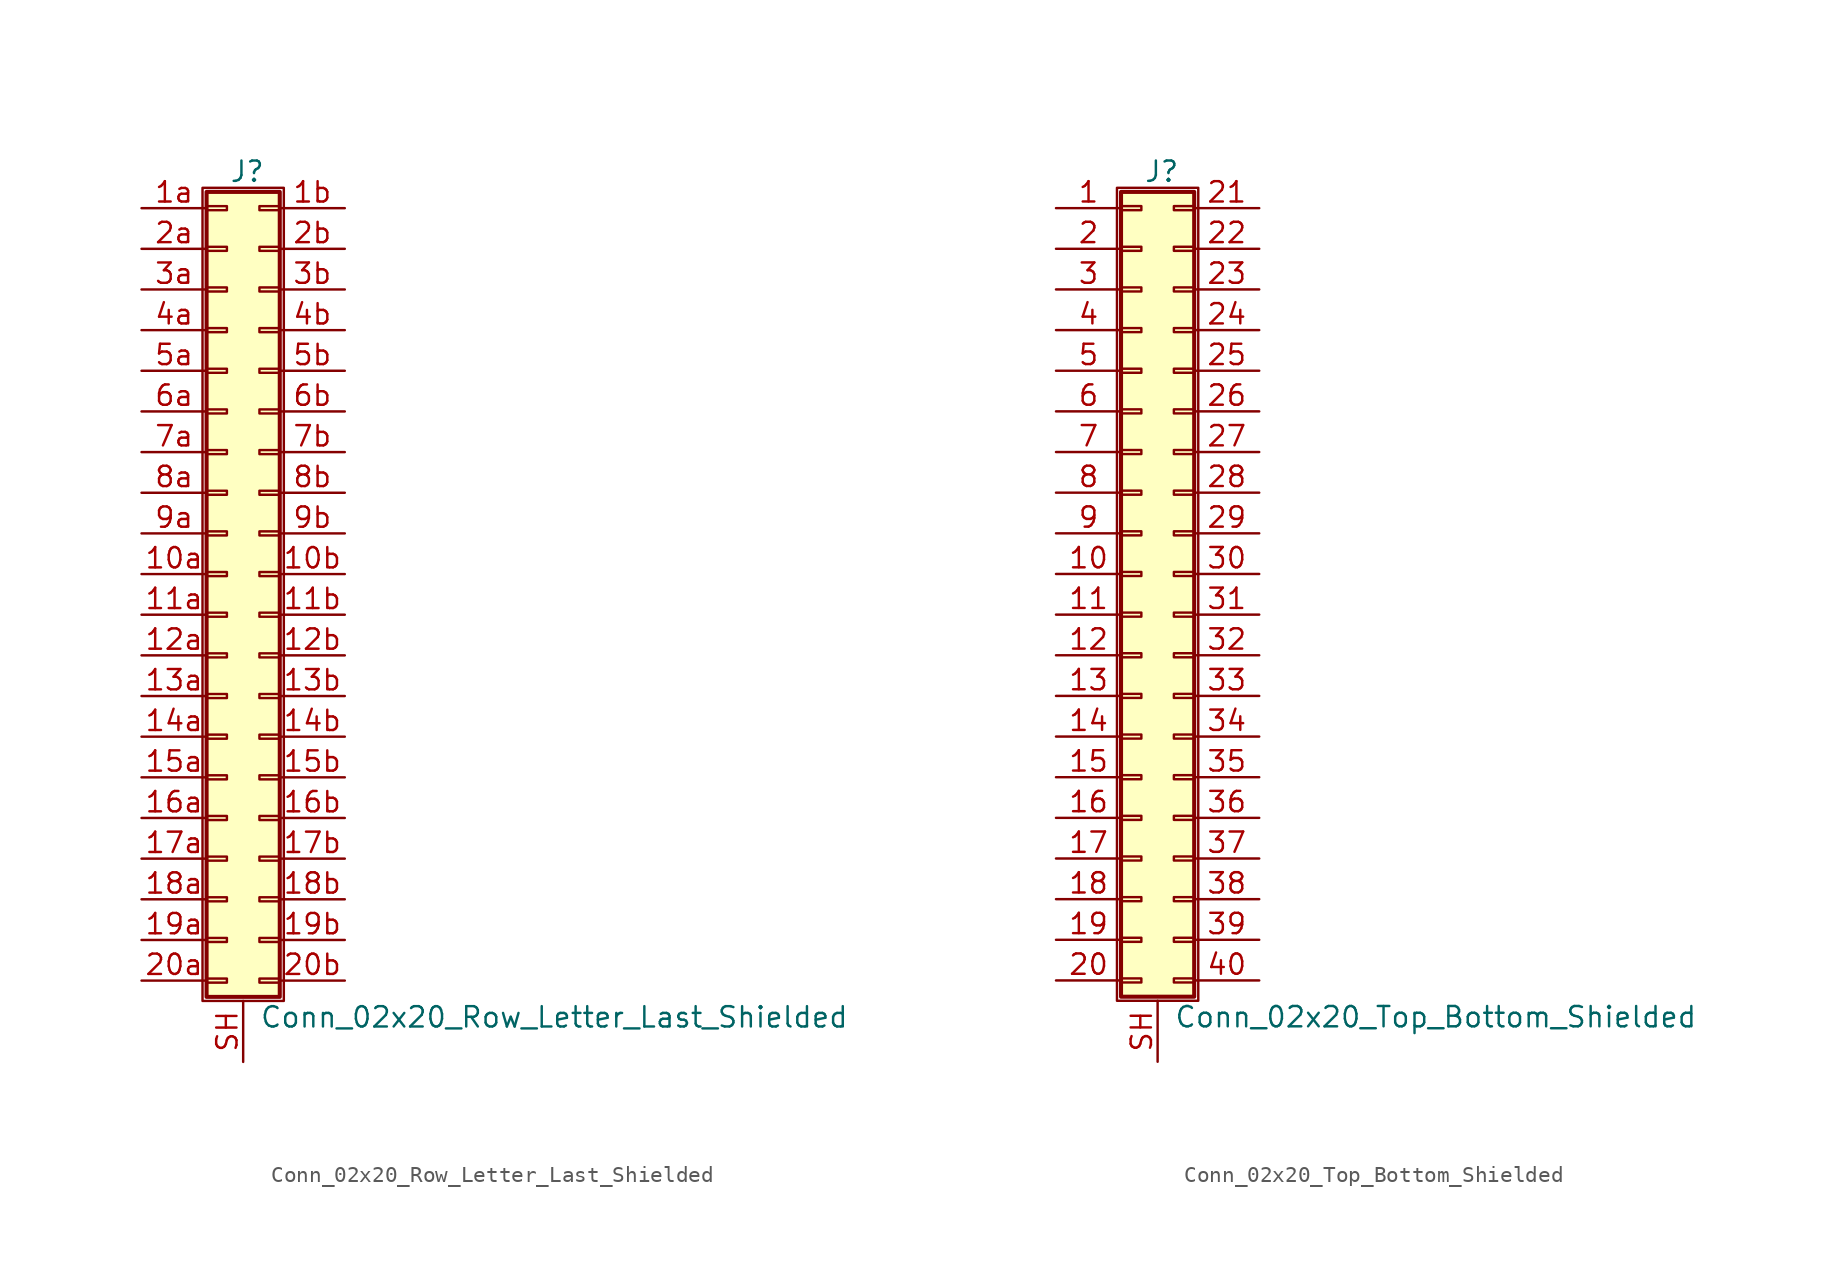
<source format=kicad_sym>
(kicad_symbol_lib
  (version 20220914)
  (generator kicad_symbol_editor)
  (symbol "Conn_02x20_Row_Letter_Last_Shielded"
    (pin_names
      (offset 1.016) hide)
    (property "Reference" "J"
      (at 1.524 25.146 0)
      (effects (font (size 1.27 1.27))))
    (property "Value" "Conn_02x20_Row_Letter_Last_Shielded"
      (at 2.286 -27.686 0)
      (effects (font (size 1.27 1.27)) (justify left)))
    (symbol "Conn_02x20_Row_Letter_Last_Shielded_1_1"
      (rectangle (start -1.27 24.13) (end 3.81 -26.67) (stroke (width 0.152) (type default)) (fill (type none)))
      (rectangle (start -1.016 -25.273) (end 0.254 -25.527) (stroke (width 0.152) (type default)) (fill (type none)))
      (rectangle (start -1.016 -22.733) (end 0.254 -22.987) (stroke (width 0.152) (type default)) (fill (type none)))
      (rectangle (start -1.016 -20.193) (end 0.254 -20.447) (stroke (width 0.152) (type default)) (fill (type none)))
      (rectangle (start -1.016 -17.653) (end 0.254 -17.907) (stroke (width 0.152) (type default)) (fill (type none)))
      (rectangle (start -1.016 -15.113) (end 0.254 -15.367) (stroke (width 0.152) (type default)) (fill (type none)))
      (rectangle (start -1.016 -12.573) (end 0.254 -12.827) (stroke (width 0.152) (type default)) (fill (type none)))
      (rectangle (start -1.016 -10.033) (end 0.254 -10.287) (stroke (width 0.152) (type default)) (fill (type none)))
      (rectangle (start -1.016 -7.493) (end 0.254 -7.747) (stroke (width 0.152) (type default)) (fill (type none)))
      (rectangle (start -1.016 -4.953) (end 0.254 -5.207) (stroke (width 0.152) (type default)) (fill (type none)))
      (rectangle (start -1.016 -2.413) (end 0.254 -2.667) (stroke (width 0.152) (type default)) (fill (type none)))
      (rectangle (start -1.016 0.127) (end 0.254 -0.127) (stroke (width 0.152) (type default)) (fill (type none)))
      (rectangle (start -1.016 2.667) (end 0.254 2.413) (stroke (width 0.152) (type default)) (fill (type none)))
      (rectangle (start -1.016 5.207) (end 0.254 4.953) (stroke (width 0.152) (type default)) (fill (type none)))
      (rectangle (start -1.016 7.747) (end 0.254 7.493) (stroke (width 0.152) (type default)) (fill (type none)))
      (rectangle (start -1.016 10.287) (end 0.254 10.033) (stroke (width 0.152) (type default)) (fill (type none)))
      (rectangle (start -1.016 12.827) (end 0.254 12.573) (stroke (width 0.152) (type default)) (fill (type none)))
      (rectangle (start -1.016 15.367) (end 0.254 15.113) (stroke (width 0.152) (type default)) (fill (type none)))
      (rectangle (start -1.016 17.907) (end 0.254 17.653) (stroke (width 0.152) (type default)) (fill (type none)))
      (rectangle (start -1.016 20.447) (end 0.254 20.193) (stroke (width 0.152) (type default)) (fill (type none)))
      (rectangle (start -1.016 22.987) (end 0.254 22.733) (stroke (width 0.152) (type default)) (fill (type none)))
      (rectangle (start -1.016 23.876) (end 3.556 -26.416) (stroke (width 0.254) (type default)) (fill (type background)))
      (rectangle (start 3.556 -25.273) (end 2.286 -25.527) (stroke (width 0.152) (type default)) (fill (type none)))
      (rectangle (start 3.556 -22.733) (end 2.286 -22.987) (stroke (width 0.152) (type default)) (fill (type none)))
      (rectangle (start 3.556 -20.193) (end 2.286 -20.447) (stroke (width 0.152) (type default)) (fill (type none)))
      (rectangle (start 3.556 -17.653) (end 2.286 -17.907) (stroke (width 0.152) (type default)) (fill (type none)))
      (rectangle (start 3.556 -15.113) (end 2.286 -15.367) (stroke (width 0.152) (type default)) (fill (type none)))
      (rectangle (start 3.556 -12.573) (end 2.286 -12.827) (stroke (width 0.152) (type default)) (fill (type none)))
      (rectangle (start 3.556 -10.033) (end 2.286 -10.287) (stroke (width 0.152) (type default)) (fill (type none)))
      (rectangle (start 3.556 -7.493) (end 2.286 -7.747) (stroke (width 0.152) (type default)) (fill (type none)))
      (rectangle (start 3.556 -4.953) (end 2.286 -5.207) (stroke (width 0.152) (type default)) (fill (type none)))
      (rectangle (start 3.556 -2.413) (end 2.286 -2.667) (stroke (width 0.152) (type default)) (fill (type none)))
      (rectangle (start 3.556 0.127) (end 2.286 -0.127) (stroke (width 0.152) (type default)) (fill (type none)))
      (rectangle (start 3.556 2.667) (end 2.286 2.413) (stroke (width 0.152) (type default)) (fill (type none)))
      (rectangle (start 3.556 5.207) (end 2.286 4.953) (stroke (width 0.152) (type default)) (fill (type none)))
      (rectangle (start 3.556 7.747) (end 2.286 7.493) (stroke (width 0.152) (type default)) (fill (type none)))
      (rectangle (start 3.556 10.287) (end 2.286 10.033) (stroke (width 0.152) (type default)) (fill (type none)))
      (rectangle (start 3.556 12.827) (end 2.286 12.573) (stroke (width 0.152) (type default)) (fill (type none)))
      (rectangle (start 3.556 15.367) (end 2.286 15.113) (stroke (width 0.152) (type default)) (fill (type none)))
      (rectangle (start 3.556 17.907) (end 2.286 17.653) (stroke (width 0.152) (type default)) (fill (type none)))
      (rectangle (start 3.556 20.447) (end 2.286 20.193) (stroke (width 0.152) (type default)) (fill (type none)))
      (rectangle (start 3.556 22.987) (end 2.286 22.733) (stroke (width 0.152) (type default)) (fill (type none)))
      (pin passive line (at -5.08 0 0) (length 4.064) (name "Pin_10a" (effects (font (size 1.27 1.27)))) (number "10a" (effects (font (size 1.27 1.27)))))
      (pin passive line (at 7.62 0 180) (length 4.064) (name "Pin_10b" (effects (font (size 1.27 1.27)))) (number "10b" (effects (font (size 1.27 1.27)))))
      (pin passive line (at -5.08 -2.54 0) (length 4.064) (name "Pin_11a" (effects (font (size 1.27 1.27)))) (number "11a" (effects (font (size 1.27 1.27)))))
      (pin passive line (at 7.62 -2.54 180) (length 4.064) (name "Pin_11b" (effects (font (size 1.27 1.27)))) (number "11b" (effects (font (size 1.27 1.27)))))
      (pin passive line (at -5.08 -5.08 0) (length 4.064) (name "Pin_12a" (effects (font (size 1.27 1.27)))) (number "12a" (effects (font (size 1.27 1.27)))))
      (pin passive line (at 7.62 -5.08 180) (length 4.064) (name "Pin_12b" (effects (font (size 1.27 1.27)))) (number "12b" (effects (font (size 1.27 1.27)))))
      (pin passive line (at -5.08 -7.62 0) (length 4.064) (name "Pin_13a" (effects (font (size 1.27 1.27)))) (number "13a" (effects (font (size 1.27 1.27)))))
      (pin passive line (at 7.62 -7.62 180) (length 4.064) (name "Pin_13b" (effects (font (size 1.27 1.27)))) (number "13b" (effects (font (size 1.27 1.27)))))
      (pin passive line (at -5.08 -10.16 0) (length 4.064) (name "Pin_14a" (effects (font (size 1.27 1.27)))) (number "14a" (effects (font (size 1.27 1.27)))))
      (pin passive line (at 7.62 -10.16 180) (length 4.064) (name "Pin_14b" (effects (font (size 1.27 1.27)))) (number "14b" (effects (font (size 1.27 1.27)))))
      (pin passive line (at -5.08 -12.7 0) (length 4.064) (name "Pin_15a" (effects (font (size 1.27 1.27)))) (number "15a" (effects (font (size 1.27 1.27)))))
      (pin passive line (at 7.62 -12.7 180) (length 4.064) (name "Pin_15b" (effects (font (size 1.27 1.27)))) (number "15b" (effects (font (size 1.27 1.27)))))
      (pin passive line (at -5.08 -15.24 0) (length 4.064) (name "Pin_16a" (effects (font (size 1.27 1.27)))) (number "16a" (effects (font (size 1.27 1.27)))))
      (pin passive line (at 7.62 -15.24 180) (length 4.064) (name "Pin_16b" (effects (font (size 1.27 1.27)))) (number "16b" (effects (font (size 1.27 1.27)))))
      (pin passive line (at -5.08 -17.78 0) (length 4.064) (name "Pin_17a" (effects (font (size 1.27 1.27)))) (number "17a" (effects (font (size 1.27 1.27)))))
      (pin passive line (at 7.62 -17.78 180) (length 4.064) (name "Pin_17b" (effects (font (size 1.27 1.27)))) (number "17b" (effects (font (size 1.27 1.27)))))
      (pin passive line (at -5.08 -20.32 0) (length 4.064) (name "Pin_18a" (effects (font (size 1.27 1.27)))) (number "18a" (effects (font (size 1.27 1.27)))))
      (pin passive line (at 7.62 -20.32 180) (length 4.064) (name "Pin_18b" (effects (font (size 1.27 1.27)))) (number "18b" (effects (font (size 1.27 1.27)))))
      (pin passive line (at -5.08 -22.86 0) (length 4.064) (name "Pin_19a" (effects (font (size 1.27 1.27)))) (number "19a" (effects (font (size 1.27 1.27)))))
      (pin passive line (at 7.62 -22.86 180) (length 4.064) (name "Pin_19b" (effects (font (size 1.27 1.27)))) (number "19b" (effects (font (size 1.27 1.27)))))
      (pin passive line (at -5.08 22.86 0) (length 4.064) (name "Pin_1a" (effects (font (size 1.27 1.27)))) (number "1a" (effects (font (size 1.27 1.27)))))
      (pin passive line (at 7.62 22.86 180) (length 4.064) (name "Pin_1b" (effects (font (size 1.27 1.27)))) (number "1b" (effects (font (size 1.27 1.27)))))
      (pin passive line (at -5.08 -25.4 0) (length 4.064) (name "Pin_20a" (effects (font (size 1.27 1.27)))) (number "20a" (effects (font (size 1.27 1.27)))))
      (pin passive line (at 7.62 -25.4 180) (length 4.064) (name "Pin_20b" (effects (font (size 1.27 1.27)))) (number "20b" (effects (font (size 1.27 1.27)))))
      (pin passive line (at -5.08 20.32 0) (length 4.064) (name "Pin_2a" (effects (font (size 1.27 1.27)))) (number "2a" (effects (font (size 1.27 1.27)))))
      (pin passive line (at 7.62 20.32 180) (length 4.064) (name "Pin_2b" (effects (font (size 1.27 1.27)))) (number "2b" (effects (font (size 1.27 1.27)))))
      (pin passive line (at -5.08 17.78 0) (length 4.064) (name "Pin_3a" (effects (font (size 1.27 1.27)))) (number "3a" (effects (font (size 1.27 1.27)))))
      (pin passive line (at 7.62 17.78 180) (length 4.064) (name "Pin_3b" (effects (font (size 1.27 1.27)))) (number "3b" (effects (font (size 1.27 1.27)))))
      (pin passive line (at -5.08 15.24 0) (length 4.064) (name "Pin_4a" (effects (font (size 1.27 1.27)))) (number "4a" (effects (font (size 1.27 1.27)))))
      (pin passive line (at 7.62 15.24 180) (length 4.064) (name "Pin_4b" (effects (font (size 1.27 1.27)))) (number "4b" (effects (font (size 1.27 1.27)))))
      (pin passive line (at -5.08 12.7 0) (length 4.064) (name "Pin_5a" (effects (font (size 1.27 1.27)))) (number "5a" (effects (font (size 1.27 1.27)))))
      (pin passive line (at 7.62 12.7 180) (length 4.064) (name "Pin_5b" (effects (font (size 1.27 1.27)))) (number "5b" (effects (font (size 1.27 1.27)))))
      (pin passive line (at -5.08 10.16 0) (length 4.064) (name "Pin_6a" (effects (font (size 1.27 1.27)))) (number "6a" (effects (font (size 1.27 1.27)))))
      (pin passive line (at 7.62 10.16 180) (length 4.064) (name "Pin_6b" (effects (font (size 1.27 1.27)))) (number "6b" (effects (font (size 1.27 1.27)))))
      (pin passive line (at -5.08 7.62 0) (length 4.064) (name "Pin_7a" (effects (font (size 1.27 1.27)))) (number "7a" (effects (font (size 1.27 1.27)))))
      (pin passive line (at 7.62 7.62 180) (length 4.064) (name "Pin_7b" (effects (font (size 1.27 1.27)))) (number "7b" (effects (font (size 1.27 1.27)))))
      (pin passive line (at -5.08 5.08 0) (length 4.064) (name "Pin_8a" (effects (font (size 1.27 1.27)))) (number "8a" (effects (font (size 1.27 1.27)))))
      (pin passive line (at 7.62 5.08 180) (length 4.064) (name "Pin_8b" (effects (font (size 1.27 1.27)))) (number "8b" (effects (font (size 1.27 1.27)))))
      (pin passive line (at -5.08 2.54 0) (length 4.064) (name "Pin_9a" (effects (font (size 1.27 1.27)))) (number "9a" (effects (font (size 1.27 1.27)))))
      (pin passive line (at 7.62 2.54 180) (length 4.064) (name "Pin_9b" (effects (font (size 1.27 1.27)))) (number "9b" (effects (font (size 1.27 1.27)))))
      (pin passive line (at 1.27 -30.48 90) (length 3.81) (name "Shield" (effects (font (size 1.27 1.27)))) (number "SH" (effects (font (size 1.27 1.27)))))))
  (symbol "Conn_02x20_Top_Bottom_Shielded"
    (pin_names
      (offset 1.016) hide)
    (property "Reference" "J"
      (at 1.524 25.146 0)
      (effects (font (size 1.27 1.27))))
    (property "Value" "Conn_02x20_Top_Bottom_Shielded"
      (at 2.286 -27.686 0)
      (effects (font (size 1.27 1.27)) (justify left)))
    (symbol "Conn_02x20_Top_Bottom_Shielded_1_1"
      (rectangle (start -1.27 24.13) (end 3.81 -26.67) (stroke (width 0.152) (type default)) (fill (type none)))
      (rectangle (start -1.016 -25.273) (end 0.254 -25.527) (stroke (width 0.152) (type default)) (fill (type none)))
      (rectangle (start -1.016 -22.733) (end 0.254 -22.987) (stroke (width 0.152) (type default)) (fill (type none)))
      (rectangle (start -1.016 -20.193) (end 0.254 -20.447) (stroke (width 0.152) (type default)) (fill (type none)))
      (rectangle (start -1.016 -17.653) (end 0.254 -17.907) (stroke (width 0.152) (type default)) (fill (type none)))
      (rectangle (start -1.016 -15.113) (end 0.254 -15.367) (stroke (width 0.152) (type default)) (fill (type none)))
      (rectangle (start -1.016 -12.573) (end 0.254 -12.827) (stroke (width 0.152) (type default)) (fill (type none)))
      (rectangle (start -1.016 -10.033) (end 0.254 -10.287) (stroke (width 0.152) (type default)) (fill (type none)))
      (rectangle (start -1.016 -7.493) (end 0.254 -7.747) (stroke (width 0.152) (type default)) (fill (type none)))
      (rectangle (start -1.016 -4.953) (end 0.254 -5.207) (stroke (width 0.152) (type default)) (fill (type none)))
      (rectangle (start -1.016 -2.413) (end 0.254 -2.667) (stroke (width 0.152) (type default)) (fill (type none)))
      (rectangle (start -1.016 0.127) (end 0.254 -0.127) (stroke (width 0.152) (type default)) (fill (type none)))
      (rectangle (start -1.016 2.667) (end 0.254 2.413) (stroke (width 0.152) (type default)) (fill (type none)))
      (rectangle (start -1.016 5.207) (end 0.254 4.953) (stroke (width 0.152) (type default)) (fill (type none)))
      (rectangle (start -1.016 7.747) (end 0.254 7.493) (stroke (width 0.152) (type default)) (fill (type none)))
      (rectangle (start -1.016 10.287) (end 0.254 10.033) (stroke (width 0.152) (type default)) (fill (type none)))
      (rectangle (start -1.016 12.827) (end 0.254 12.573) (stroke (width 0.152) (type default)) (fill (type none)))
      (rectangle (start -1.016 15.367) (end 0.254 15.113) (stroke (width 0.152) (type default)) (fill (type none)))
      (rectangle (start -1.016 17.907) (end 0.254 17.653) (stroke (width 0.152) (type default)) (fill (type none)))
      (rectangle (start -1.016 20.447) (end 0.254 20.193) (stroke (width 0.152) (type default)) (fill (type none)))
      (rectangle (start -1.016 22.987) (end 0.254 22.733) (stroke (width 0.152) (type default)) (fill (type none)))
      (rectangle (start -1.016 23.876) (end 3.556 -26.416) (stroke (width 0.254) (type default)) (fill (type background)))
      (rectangle (start 3.556 -25.273) (end 2.286 -25.527) (stroke (width 0.152) (type default)) (fill (type none)))
      (rectangle (start 3.556 -22.733) (end 2.286 -22.987) (stroke (width 0.152) (type default)) (fill (type none)))
      (rectangle (start 3.556 -20.193) (end 2.286 -20.447) (stroke (width 0.152) (type default)) (fill (type none)))
      (rectangle (start 3.556 -17.653) (end 2.286 -17.907) (stroke (width 0.152) (type default)) (fill (type none)))
      (rectangle (start 3.556 -15.113) (end 2.286 -15.367) (stroke (width 0.152) (type default)) (fill (type none)))
      (rectangle (start 3.556 -12.573) (end 2.286 -12.827) (stroke (width 0.152) (type default)) (fill (type none)))
      (rectangle (start 3.556 -10.033) (end 2.286 -10.287) (stroke (width 0.152) (type default)) (fill (type none)))
      (rectangle (start 3.556 -7.493) (end 2.286 -7.747) (stroke (width 0.152) (type default)) (fill (type none)))
      (rectangle (start 3.556 -4.953) (end 2.286 -5.207) (stroke (width 0.152) (type default)) (fill (type none)))
      (rectangle (start 3.556 -2.413) (end 2.286 -2.667) (stroke (width 0.152) (type default)) (fill (type none)))
      (rectangle (start 3.556 0.127) (end 2.286 -0.127) (stroke (width 0.152) (type default)) (fill (type none)))
      (rectangle (start 3.556 2.667) (end 2.286 2.413) (stroke (width 0.152) (type default)) (fill (type none)))
      (rectangle (start 3.556 5.207) (end 2.286 4.953) (stroke (width 0.152) (type default)) (fill (type none)))
      (rectangle (start 3.556 7.747) (end 2.286 7.493) (stroke (width 0.152) (type default)) (fill (type none)))
      (rectangle (start 3.556 10.287) (end 2.286 10.033) (stroke (width 0.152) (type default)) (fill (type none)))
      (rectangle (start 3.556 12.827) (end 2.286 12.573) (stroke (width 0.152) (type default)) (fill (type none)))
      (rectangle (start 3.556 15.367) (end 2.286 15.113) (stroke (width 0.152) (type default)) (fill (type none)))
      (rectangle (start 3.556 17.907) (end 2.286 17.653) (stroke (width 0.152) (type default)) (fill (type none)))
      (rectangle (start 3.556 20.447) (end 2.286 20.193) (stroke (width 0.152) (type default)) (fill (type none)))
      (rectangle (start 3.556 22.987) (end 2.286 22.733) (stroke (width 0.152) (type default)) (fill (type none)))
      (pin passive line (at -5.08 22.86 0) (length 4.064) (name "Pin_1" (effects (font (size 1.27 1.27)))) (number "1" (effects (font (size 1.27 1.27)))))
      (pin passive line (at -5.08 0 0) (length 4.064) (name "Pin_10" (effects (font (size 1.27 1.27)))) (number "10" (effects (font (size 1.27 1.27)))))
      (pin passive line (at -5.08 -2.54 0) (length 4.064) (name "Pin_11" (effects (font (size 1.27 1.27)))) (number "11" (effects (font (size 1.27 1.27)))))
      (pin passive line (at -5.08 -5.08 0) (length 4.064) (name "Pin_12" (effects (font (size 1.27 1.27)))) (number "12" (effects (font (size 1.27 1.27)))))
      (pin passive line (at -5.08 -7.62 0) (length 4.064) (name "Pin_13" (effects (font (size 1.27 1.27)))) (number "13" (effects (font (size 1.27 1.27)))))
      (pin passive line (at -5.08 -10.16 0) (length 4.064) (name "Pin_14" (effects (font (size 1.27 1.27)))) (number "14" (effects (font (size 1.27 1.27)))))
      (pin passive line (at -5.08 -12.7 0) (length 4.064) (name "Pin_15" (effects (font (size 1.27 1.27)))) (number "15" (effects (font (size 1.27 1.27)))))
      (pin passive line (at -5.08 -15.24 0) (length 4.064) (name "Pin_16" (effects (font (size 1.27 1.27)))) (number "16" (effects (font (size 1.27 1.27)))))
      (pin passive line (at -5.08 -17.78 0) (length 4.064) (name "Pin_17" (effects (font (size 1.27 1.27)))) (number "17" (effects (font (size 1.27 1.27)))))
      (pin passive line (at -5.08 -20.32 0) (length 4.064) (name "Pin_18" (effects (font (size 1.27 1.27)))) (number "18" (effects (font (size 1.27 1.27)))))
      (pin passive line (at -5.08 -22.86 0) (length 4.064) (name "Pin_19" (effects (font (size 1.27 1.27)))) (number "19" (effects (font (size 1.27 1.27)))))
      (pin passive line (at -5.08 20.32 0) (length 4.064) (name "Pin_2" (effects (font (size 1.27 1.27)))) (number "2" (effects (font (size 1.27 1.27)))))
      (pin passive line (at -5.08 -25.4 0) (length 4.064) (name "Pin_20" (effects (font (size 1.27 1.27)))) (number "20" (effects (font (size 1.27 1.27)))))
      (pin passive line (at 7.62 22.86 180) (length 4.064) (name "Pin_21" (effects (font (size 1.27 1.27)))) (number "21" (effects (font (size 1.27 1.27)))))
      (pin passive line (at 7.62 20.32 180) (length 4.064) (name "Pin_22" (effects (font (size 1.27 1.27)))) (number "22" (effects (font (size 1.27 1.27)))))
      (pin passive line (at 7.62 17.78 180) (length 4.064) (name "Pin_23" (effects (font (size 1.27 1.27)))) (number "23" (effects (font (size 1.27 1.27)))))
      (pin passive line (at 7.62 15.24 180) (length 4.064) (name "Pin_24" (effects (font (size 1.27 1.27)))) (number "24" (effects (font (size 1.27 1.27)))))
      (pin passive line (at 7.62 12.7 180) (length 4.064) (name "Pin_25" (effects (font (size 1.27 1.27)))) (number "25" (effects (font (size 1.27 1.27)))))
      (pin passive line (at 7.62 10.16 180) (length 4.064) (name "Pin_26" (effects (font (size 1.27 1.27)))) (number "26" (effects (font (size 1.27 1.27)))))
      (pin passive line (at 7.62 7.62 180) (length 4.064) (name "Pin_27" (effects (font (size 1.27 1.27)))) (number "27" (effects (font (size 1.27 1.27)))))
      (pin passive line (at 7.62 5.08 180) (length 4.064) (name "Pin_28" (effects (font (size 1.27 1.27)))) (number "28" (effects (font (size 1.27 1.27)))))
      (pin passive line (at 7.62 2.54 180) (length 4.064) (name "Pin_29" (effects (font (size 1.27 1.27)))) (number "29" (effects (font (size 1.27 1.27)))))
      (pin passive line (at -5.08 17.78 0) (length 4.064) (name "Pin_3" (effects (font (size 1.27 1.27)))) (number "3" (effects (font (size 1.27 1.27)))))
      (pin passive line (at 7.62 0 180) (length 4.064) (name "Pin_30" (effects (font (size 1.27 1.27)))) (number "30" (effects (font (size 1.27 1.27)))))
      (pin passive line (at 7.62 -2.54 180) (length 4.064) (name "Pin_31" (effects (font (size 1.27 1.27)))) (number "31" (effects (font (size 1.27 1.27)))))
      (pin passive line (at 7.62 -5.08 180) (length 4.064) (name "Pin_32" (effects (font (size 1.27 1.27)))) (number "32" (effects (font (size 1.27 1.27)))))
      (pin passive line (at 7.62 -7.62 180) (length 4.064) (name "Pin_33" (effects (font (size 1.27 1.27)))) (number "33" (effects (font (size 1.27 1.27)))))
      (pin passive line (at 7.62 -10.16 180) (length 4.064) (name "Pin_34" (effects (font (size 1.27 1.27)))) (number "34" (effects (font (size 1.27 1.27)))))
      (pin passive line (at 7.62 -12.7 180) (length 4.064) (name "Pin_35" (effects (font (size 1.27 1.27)))) (number "35" (effects (font (size 1.27 1.27)))))
      (pin passive line (at 7.62 -15.24 180) (length 4.064) (name "Pin_36" (effects (font (size 1.27 1.27)))) (number "36" (effects (font (size 1.27 1.27)))))
      (pin passive line (at 7.62 -17.78 180) (length 4.064) (name "Pin_37" (effects (font (size 1.27 1.27)))) (number "37" (effects (font (size 1.27 1.27)))))
      (pin passive line (at 7.62 -20.32 180) (length 4.064) (name "Pin_38" (effects (font (size 1.27 1.27)))) (number "38" (effects (font (size 1.27 1.27)))))
      (pin passive line (at 7.62 -22.86 180) (length 4.064) (name "Pin_39" (effects (font (size 1.27 1.27)))) (number "39" (effects (font (size 1.27 1.27)))))
      (pin passive line (at -5.08 15.24 0) (length 4.064) (name "Pin_4" (effects (font (size 1.27 1.27)))) (number "4" (effects (font (size 1.27 1.27)))))
      (pin passive line (at 7.62 -25.4 180) (length 4.064) (name "Pin_40" (effects (font (size 1.27 1.27)))) (number "40" (effects (font (size 1.27 1.27)))))
      (pin passive line (at -5.08 12.7 0) (length 4.064) (name "Pin_5" (effects (font (size 1.27 1.27)))) (number "5" (effects (font (size 1.27 1.27)))))
      (pin passive line (at -5.08 10.16 0) (length 4.064) (name "Pin_6" (effects (font (size 1.27 1.27)))) (number "6" (effects (font (size 1.27 1.27)))))
      (pin passive line (at -5.08 7.62 0) (length 4.064) (name "Pin_7" (effects (font (size 1.27 1.27)))) (number "7" (effects (font (size 1.27 1.27)))))
      (pin passive line (at -5.08 5.08 0) (length 4.064) (name "Pin_8" (effects (font (size 1.27 1.27)))) (number "8" (effects (font (size 1.27 1.27)))))
      (pin passive line (at -5.08 2.54 0) (length 4.064) (name "Pin_9" (effects (font (size 1.27 1.27)))) (number "9" (effects (font (size 1.27 1.27)))))
      (pin passive line (at 1.27 -30.48 90) (length 3.81) (name "Shield" (effects (font (size 1.27 1.27)))) (number "SH" (effects (font (size 1.27 1.27))))))))
</source>
